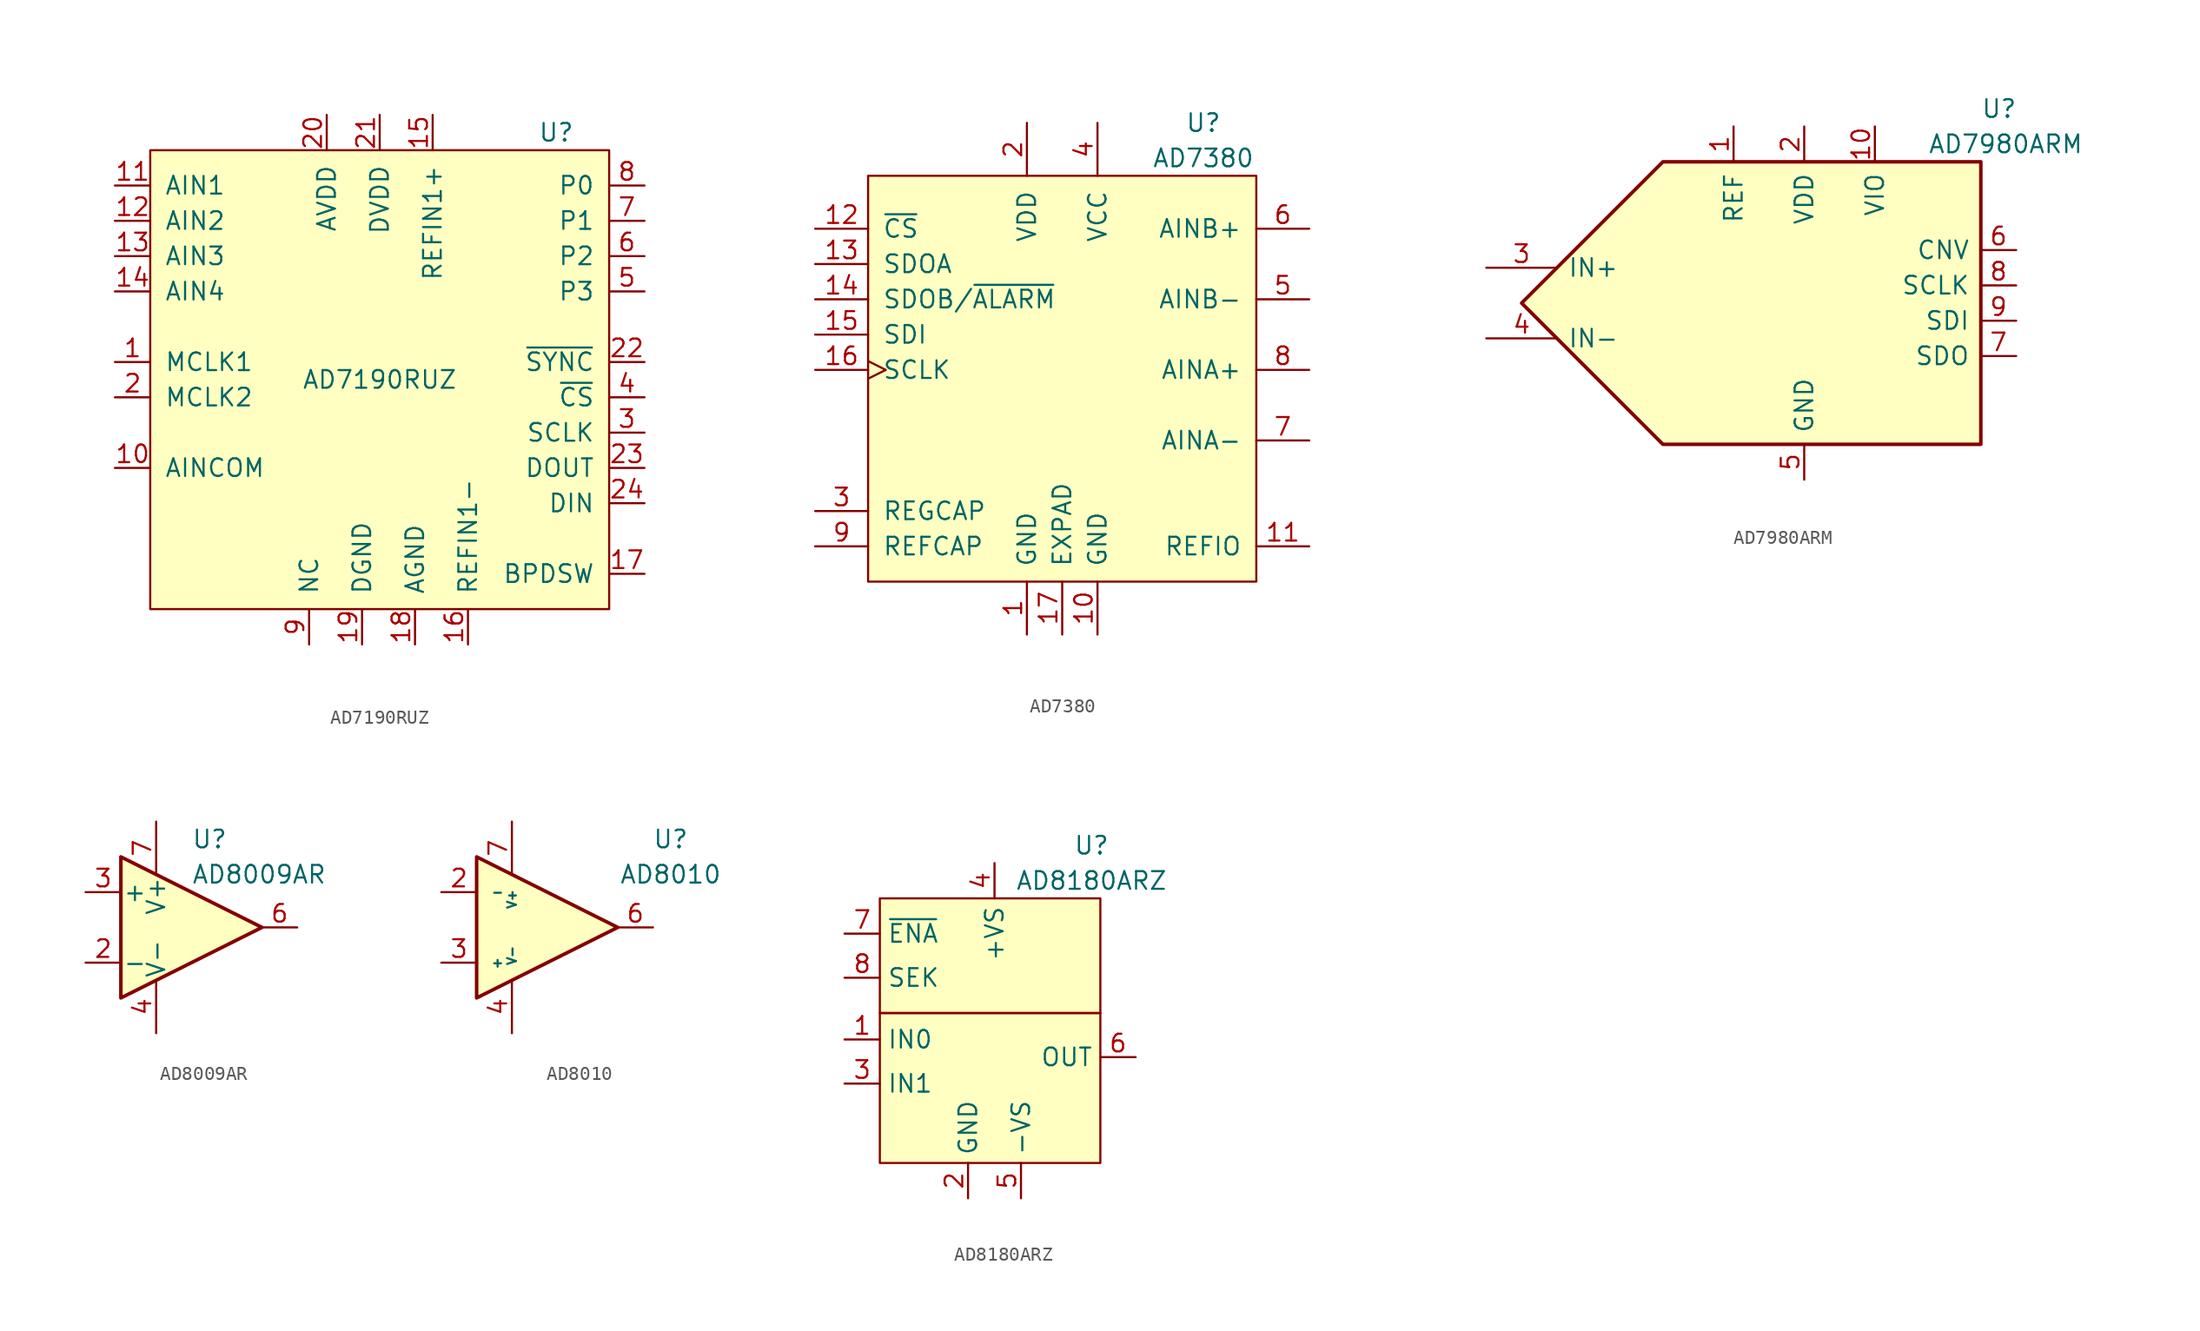
<source format=kicad_sym>
(kicad_symbol_lib
  (version 20220914)
  (generator kicad_symbol_editor)
  (symbol "AD7190RUZ"
    (pin_names
      (offset 1.016))
    (property "Reference" "U"
      (at 12.7 17.78 0)
      (effects (font (size 1.27 1.27))))
    (property "Value" "AD7190RUZ"
      (at 0 0 0)
      (effects (font (size 1.27 1.27))))
    (symbol "AD7190RUZ_0_1"
      (rectangle (start -16.51 16.51) (end 16.51 -16.51) (stroke (width 0) (type default)) (fill (type background))))
    (symbol "AD7190RUZ_1_1"
      (pin input line (at -19.05 1.27 0) (length 2.54) (name "MCLK1" (effects (font (size 1.27 1.27)))) (number "1" (effects (font (size 1.27 1.27)))))
      (pin power_in line (at -19.05 -6.35 0) (length 2.54) (name "AINCOM" (effects (font (size 1.27 1.27)))) (number "10" (effects (font (size 1.27 1.27)))))
      (pin input line (at -19.05 13.97 0) (length 2.54) (name "AIN1" (effects (font (size 1.27 1.27)))) (number "11" (effects (font (size 1.27 1.27)))))
      (pin input line (at -19.05 11.43 0) (length 2.54) (name "AIN2" (effects (font (size 1.27 1.27)))) (number "12" (effects (font (size 1.27 1.27)))))
      (pin input line (at -19.05 8.89 0) (length 2.54) (name "AIN3" (effects (font (size 1.27 1.27)))) (number "13" (effects (font (size 1.27 1.27)))))
      (pin input line (at -19.05 6.35 0) (length 2.54) (name "AIN4" (effects (font (size 1.27 1.27)))) (number "14" (effects (font (size 1.27 1.27)))))
      (pin passive line (at 3.81 19.05 270) (length 2.54) (name "REFIN1+" (effects (font (size 1.27 1.27)))) (number "15" (effects (font (size 1.27 1.27)))))
      (pin passive line (at 6.35 -19.05 90) (length 2.54) (name "REFIN1-" (effects (font (size 1.27 1.27)))) (number "16" (effects (font (size 1.27 1.27)))))
      (pin input line (at 19.05 -13.97 180) (length 2.54) (name "BPDSW" (effects (font (size 1.27 1.27)))) (number "17" (effects (font (size 1.27 1.27)))))
      (pin passive line (at 2.54 -19.05 90) (length 2.54) (name "AGND" (effects (font (size 1.27 1.27)))) (number "18" (effects (font (size 1.27 1.27)))))
      (pin passive line (at -1.27 -19.05 90) (length 2.54) (name "DGND" (effects (font (size 1.27 1.27)))) (number "19" (effects (font (size 1.27 1.27)))))
      (pin input line (at -19.05 -1.27 0) (length 2.54) (name "MCLK2" (effects (font (size 1.27 1.27)))) (number "2" (effects (font (size 1.27 1.27)))))
      (pin power_in line (at -3.81 19.05 270) (length 2.54) (name "AVDD" (effects (font (size 1.27 1.27)))) (number "20" (effects (font (size 1.27 1.27)))))
      (pin power_in line (at 0 19.05 270) (length 2.54) (name "DVDD" (effects (font (size 1.27 1.27)))) (number "21" (effects (font (size 1.27 1.27)))))
      (pin input line (at 19.05 1.27 180) (length 2.54) (name "~{SYNC}" (effects (font (size 1.27 1.27)))) (number "22" (effects (font (size 1.27 1.27)))))
      (pin output line (at 19.05 -6.35 180) (length 2.54) (name "DOUT" (effects (font (size 1.27 1.27)))) (number "23" (effects (font (size 1.27 1.27)))))
      (pin input line (at 19.05 -8.89 180) (length 2.54) (name "DIN" (effects (font (size 1.27 1.27)))) (number "24" (effects (font (size 1.27 1.27)))))
      (pin input line (at 19.05 -3.81 180) (length 2.54) (name "SCLK" (effects (font (size 1.27 1.27)))) (number "3" (effects (font (size 1.27 1.27)))))
      (pin input line (at 19.05 -1.27 180) (length 2.54) (name "~{CS}" (effects (font (size 1.27 1.27)))) (number "4" (effects (font (size 1.27 1.27)))))
      (pin output line (at 19.05 6.35 180) (length 2.54) (name "P3" (effects (font (size 1.27 1.27)))) (number "5" (effects (font (size 1.27 1.27)))))
      (pin output line (at 19.05 8.89 180) (length 2.54) (name "P2" (effects (font (size 1.27 1.27)))) (number "6" (effects (font (size 1.27 1.27)))))
      (pin output line (at 19.05 11.43 180) (length 2.54) (name "P1" (effects (font (size 1.27 1.27)))) (number "7" (effects (font (size 1.27 1.27)))))
      (pin output line (at 19.05 13.97 180) (length 2.54) (name "P0" (effects (font (size 1.27 1.27)))) (number "8" (effects (font (size 1.27 1.27)))))
      (pin passive line (at -5.08 -19.05 90) (length 2.54) (name "NC" (effects (font (size 1.27 1.27)))) (number "9" (effects (font (size 1.27 1.27)))))))
  (symbol "AD7380"
    (pin_names
      (offset 1.016))
    (property "Reference" "U"
      (at 10.16 19.05 0)
      (effects (font (size 1.27 1.27))))
    (property "Value" "AD7380"
      (at 10.16 16.51 0)
      (effects (font (size 1.27 1.27))))
    (symbol "AD7380_0_1"
      (rectangle (start -13.97 15.24) (end 13.97 -13.97) (stroke (width 0) (type default)) (fill (type background))))
    (symbol "AD7380_1_1"
      (pin passive line (at -2.54 -17.78 90) (length 3.81) (name "GND" (effects (font (size 1.27 1.27)))) (number "1" (effects (font (size 1.27 1.27)))))
      (pin passive line (at 2.54 -17.78 90) (length 3.81) (name "GND" (effects (font (size 1.27 1.27)))) (number "10" (effects (font (size 1.27 1.27)))))
      (pin passive line (at 17.78 -11.43 180) (length 3.81) (name "REFIO" (effects (font (size 1.27 1.27)))) (number "11" (effects (font (size 1.27 1.27)))))
      (pin input line (at -17.78 11.43 0) (length 3.81) (name "~{CS}" (effects (font (size 1.27 1.27)))) (number "12" (effects (font (size 1.27 1.27)))))
      (pin output line (at -17.78 8.89 0) (length 3.81) (name "SDOA" (effects (font (size 1.27 1.27)))) (number "13" (effects (font (size 1.27 1.27)))))
      (pin output line (at -17.78 6.35 0) (length 3.81) (name "SDOB/~{ALARM}" (effects (font (size 1.27 1.27)))) (number "14" (effects (font (size 1.27 1.27)))))
      (pin input line (at -17.78 3.81 0) (length 3.81) (name "SDI" (effects (font (size 1.27 1.27)))) (number "15" (effects (font (size 1.27 1.27)))))
      (pin input clock (at -17.78 1.27 0) (length 3.81) (name "SCLK" (effects (font (size 1.27 1.27)))) (number "16" (effects (font (size 1.27 1.27)))))
      (pin passive line (at 0 -17.78 90) (length 3.81) (name "EXPAD" (effects (font (size 1.27 1.27)))) (number "17" (effects (font (size 1.27 1.27)))))
      (pin passive line (at -2.54 19.05 270) (length 3.81) (name "VDD" (effects (font (size 1.27 1.27)))) (number "2" (effects (font (size 1.27 1.27)))))
      (pin passive line (at -17.78 -8.89 0) (length 3.81) (name "REGCAP" (effects (font (size 1.27 1.27)))) (number "3" (effects (font (size 1.27 1.27)))))
      (pin passive line (at 2.54 19.05 270) (length 3.81) (name "VCC" (effects (font (size 1.27 1.27)))) (number "4" (effects (font (size 1.27 1.27)))))
      (pin input line (at 17.78 6.35 180) (length 3.81) (name "AINB-" (effects (font (size 1.27 1.27)))) (number "5" (effects (font (size 1.27 1.27)))))
      (pin input line (at 17.78 11.43 180) (length 3.81) (name "AINB+" (effects (font (size 1.27 1.27)))) (number "6" (effects (font (size 1.27 1.27)))))
      (pin input line (at 17.78 -3.81 180) (length 3.81) (name "AINA-" (effects (font (size 1.27 1.27)))) (number "7" (effects (font (size 1.27 1.27)))))
      (pin input line (at 17.78 1.27 180) (length 3.81) (name "AINA+" (effects (font (size 1.27 1.27)))) (number "8" (effects (font (size 1.27 1.27)))))
      (pin passive line (at -17.78 -11.43 0) (length 3.81) (name "REFCAP" (effects (font (size 1.27 1.27)))) (number "9" (effects (font (size 1.27 1.27)))))))
  (symbol "AD7980ARM"
    (pin_names
      (offset 0.762))
    (property "Reference" "U"
      (at 12.7 13.97 0)
      (effects (font (size 1.27 1.27)) (justify left)))
    (property "Value" "AD7980ARM"
      (at 8.89 11.43 0)
      (effects (font (size 1.27 1.27)) (justify left)))
    (symbol "AD7980ARM_0_1"
      (polyline (pts (xy -10.16 10.16) (xy 12.7 10.16) (xy 12.7 -10.16) (xy -10.16 -10.16) (xy -20.32 0) (xy -10.16 10.16)) (stroke (width 0.254) (type default)) (fill (type background))))
    (symbol "AD7980ARM_1_1"
      (pin passive line (at -5.08 12.7 270) (length 2.54) (name "REF" (effects (font (size 1.27 1.27)))) (number "1" (effects (font (size 1.27 1.27)))))
      (pin passive line (at 5.08 12.7 270) (length 2.54) (name "VIO" (effects (font (size 1.27 1.27)))) (number "10" (effects (font (size 1.27 1.27)))))
      (pin passive line (at 0 12.7 270) (length 2.54) (name "VDD" (effects (font (size 1.27 1.27)))) (number "2" (effects (font (size 1.27 1.27)))))
      (pin input line (at -22.86 2.54 0) (length 5.08) (name "IN+" (effects (font (size 1.27 1.27)))) (number "3" (effects (font (size 1.27 1.27)))))
      (pin input line (at -22.86 -2.54 0) (length 5.08) (name "IN-" (effects (font (size 1.27 1.27)))) (number "4" (effects (font (size 1.27 1.27)))))
      (pin passive line (at 0 -12.7 90) (length 2.54) (name "GND" (effects (font (size 1.27 1.27)))) (number "5" (effects (font (size 1.27 1.27)))))
      (pin input line (at 15.24 3.81 180) (length 2.54) (name "CNV" (effects (font (size 1.27 1.27)))) (number "6" (effects (font (size 1.27 1.27)))))
      (pin tri_state line (at 15.24 -3.81 180) (length 2.54) (name "SDO" (effects (font (size 1.27 1.27)))) (number "7" (effects (font (size 1.27 1.27)))))
      (pin input line (at 15.24 1.27 180) (length 2.54) (name "SCLK" (effects (font (size 1.27 1.27)))) (number "8" (effects (font (size 1.27 1.27)))))
      (pin input line (at 15.24 -1.27 180) (length 2.54) (name "SDI" (effects (font (size 1.27 1.27)))) (number "9" (effects (font (size 1.27 1.27)))))))
  (symbol "AD8009AR"
    (pin_names
      (offset 0.127))
    (property "Reference" "U"
      (at 0.635 6.35 0)
      (effects (font (size 1.27 1.27)) (justify left)))
    (property "Value" "AD8009AR"
      (at 0.635 3.81 0)
      (effects (font (size 1.27 1.27)) (justify left)))
    (symbol "AD8009AR_0_1"
      (polyline (pts (xy -4.445 5.08) (xy 5.715 0) (xy -4.445 -5.08) (xy -4.445 5.08)) (stroke (width 0.254) (type default)) (fill (type background))))
    (symbol "AD8009AR_1_1"
      (pin no_connect non_logic (at -4.445 1.27 180) (length 0) hide (name "NULL" (effects (font (size 0.508 0.508)))) (number "1" (effects (font (size 1.27 1.27)))))
      (pin input line (at -6.985 -2.54 0) (length 2.54) (name "-" (effects (font (size 1.27 1.27)))) (number "2" (effects (font (size 1.27 1.27)))))
      (pin input line (at -6.985 2.54 0) (length 2.54) (name "+" (effects (font (size 1.27 1.27)))) (number "3" (effects (font (size 1.27 1.27)))))
      (pin power_in line (at -1.905 -7.62 90) (length 3.81) (name "V-" (effects (font (size 1.27 1.27)))) (number "4" (effects (font (size 1.27 1.27)))))
      (pin no_connect non_logic (at -4.445 -1.27 180) (length 0) hide (name "NULL" (effects (font (size 0.508 0.508)))) (number "5" (effects (font (size 1.27 1.27)))))
      (pin output line (at 8.255 0 180) (length 2.54) (name "~" (effects (font (size 1.27 1.27)))) (number "6" (effects (font (size 1.27 1.27)))))
      (pin power_in line (at -1.905 7.62 270) (length 3.81) (name "V+" (effects (font (size 1.27 1.27)))) (number "7" (effects (font (size 1.27 1.27)))))
      (pin no_connect line (at 0.635 2.54 270) (length 2.54) hide (name "NC" (effects (font (size 1.27 1.27)))) (number "8" (effects (font (size 1.27 1.27)))))))
  (symbol "AD8010"
    (pin_names
      (offset 1.016))
    (property "Reference" "U"
      (at 10.16 6.35 0)
      (effects (font (size 1.27 1.27))))
    (property "Value" "AD8010"
      (at 10.16 3.81 0)
      (effects (font (size 1.27 1.27))))
    (symbol "AD8010_1_1"
      (polyline (pts (xy -3.81 5.08) (xy 6.35 0) (xy -3.81 -5.08) (xy -3.81 5.08)) (stroke (width 0.254) (type default)) (fill (type background)))
      (pin no_connect non_logic (at 1.27 2.54 270) (length 0) hide (name "~" (effects (font (size 0.508 0.508)))) (number "1" (effects (font (size 1.27 1.27)))))
      (pin input line (at -6.35 2.54 0) (length 2.54) (name "-" (effects (font (size 0.635 0.635)))) (number "2" (effects (font (size 1.27 1.27)))))
      (pin input line (at -6.35 -2.54 0) (length 2.54) (name "+" (effects (font (size 0.635 0.635)))) (number "3" (effects (font (size 1.27 1.27)))))
      (pin power_in line (at -1.27 -7.62 90) (length 3.81) (name "V-" (effects (font (size 0.635 0.635)))) (number "4" (effects (font (size 1.27 1.27)))))
      (pin no_connect non_logic (at 3.81 1.27 270) (length 0) hide (name "~" (effects (font (size 0.508 0.508)))) (number "5" (effects (font (size 1.27 1.27)))))
      (pin output line (at 8.89 0 180) (length 2.54) (name "~" (effects (font (size 1.27 1.27)))) (number "6" (effects (font (size 1.27 1.27)))))
      (pin power_in line (at -1.27 7.62 270) (length 3.81) (name "V+" (effects (font (size 0.635 0.635)))) (number "7" (effects (font (size 1.27 1.27)))))
      (pin no_connect non_logic (at 3.81 -1.27 90) (length 0) hide (name "~" (effects (font (size 0.508 0.508)))) (number "8" (effects (font (size 1.27 1.27)))))))
  (symbol "AD8180ARZ"
    (property "Reference" "U"
      (at 6.985 13.335 0)
      (effects (font (size 1.27 1.27))))
    (property "Value" "AD8180ARZ"
      (at 6.985 10.795 0)
      (effects (font (size 1.27 1.27))))
    (symbol "AD8180ARZ_1_0"
      (pin passive line (at 0 12.065 270) (length 2.54) (name "+VS" (effects (font (size 1.27 1.27)))) (number "4" (effects (font (size 1.27 1.27)))))
      (pin passive line (at 1.905 -12.065 90) (length 2.54) (name "-VS" (effects (font (size 1.27 1.27)))) (number "5" (effects (font (size 1.27 1.27)))))
      (pin output line (at 10.16 -1.905 180) (length 2.54) (name "OUT" (effects (font (size 1.27 1.27)))) (number "6" (effects (font (size 1.27 1.27)))))
      (pin input line (at -10.795 6.985 0) (length 2.54) (name "~{ENA}" (effects (font (size 1.27 1.27)))) (number "7" (effects (font (size 1.27 1.27)))))
      (pin input line (at -10.795 3.81 0) (length 2.54) (name "SEK" (effects (font (size 1.27 1.27)))) (number "8" (effects (font (size 1.27 1.27))))))
    (symbol "AD8180ARZ_1_1"
      (rectangle (start -8.255 1.27) (end 7.62 -9.525) (stroke (width 0) (type default)) (fill (type background)))
      (rectangle (start -8.255 9.525) (end 7.62 1.27) (stroke (width 0) (type default)) (fill (type background)))
      (pin input line (at -10.795 -0.635 0) (length 2.54) (name "IN0" (effects (font (size 1.27 1.27)))) (number "1" (effects (font (size 1.27 1.27)))))
      (pin passive line (at -1.905 -12.065 90) (length 2.54) (name "GND" (effects (font (size 1.27 1.27)))) (number "2" (effects (font (size 1.27 1.27)))))
      (pin input line (at -10.795 -3.81 0) (length 2.54) (name "IN1" (effects (font (size 1.27 1.27)))) (number "3" (effects (font (size 1.27 1.27))))))))
</source>
